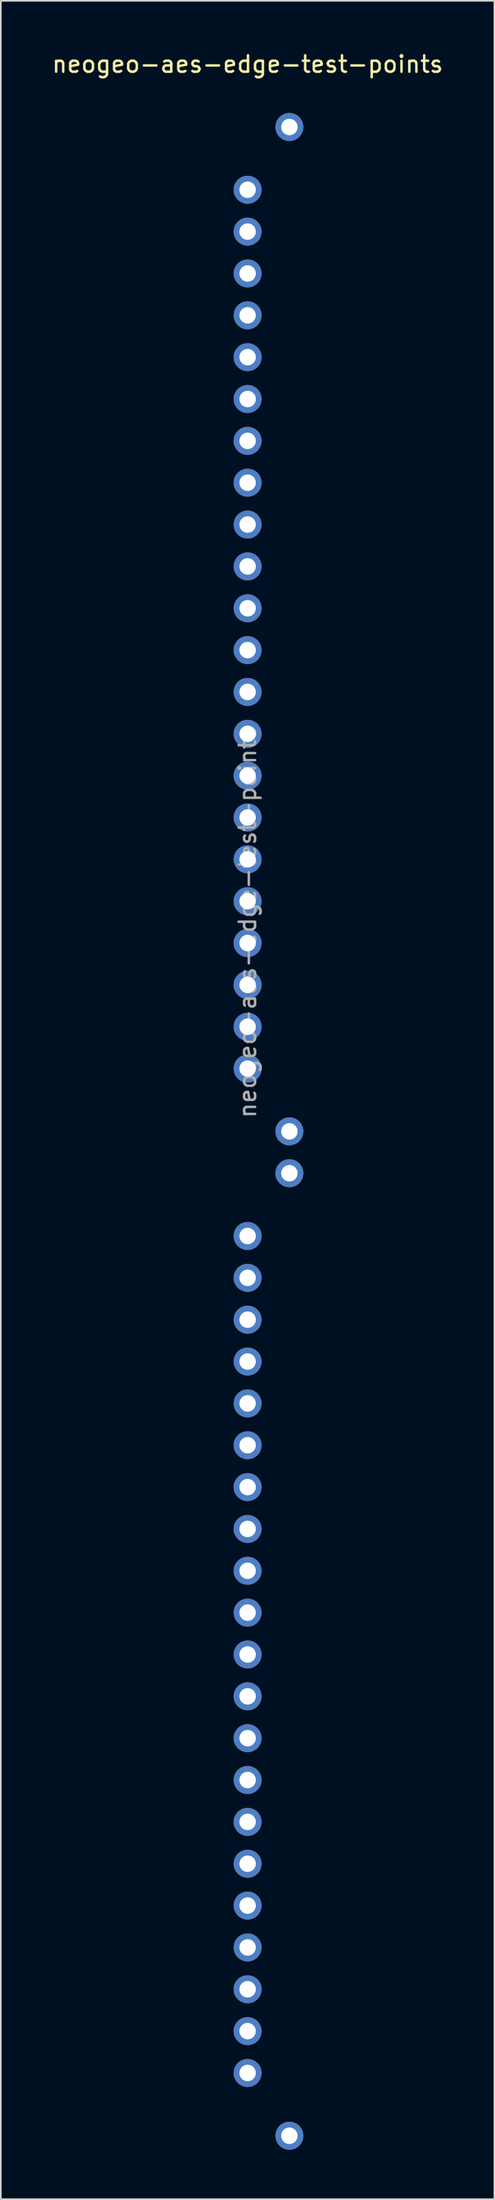
<source format=kicad_pcb>
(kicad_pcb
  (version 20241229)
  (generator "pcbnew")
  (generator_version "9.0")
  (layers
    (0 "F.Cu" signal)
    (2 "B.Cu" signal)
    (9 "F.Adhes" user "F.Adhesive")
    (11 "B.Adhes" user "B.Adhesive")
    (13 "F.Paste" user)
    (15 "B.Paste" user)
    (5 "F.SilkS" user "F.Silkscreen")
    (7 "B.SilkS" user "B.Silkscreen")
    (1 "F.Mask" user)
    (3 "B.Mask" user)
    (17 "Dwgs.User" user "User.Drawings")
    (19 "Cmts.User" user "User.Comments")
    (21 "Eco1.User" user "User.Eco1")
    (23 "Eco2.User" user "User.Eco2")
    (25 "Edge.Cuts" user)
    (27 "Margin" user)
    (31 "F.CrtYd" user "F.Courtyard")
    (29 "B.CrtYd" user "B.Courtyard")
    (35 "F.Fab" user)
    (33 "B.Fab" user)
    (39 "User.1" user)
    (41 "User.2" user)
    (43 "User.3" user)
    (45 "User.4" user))
  (footprint "neogeo-aes-edge-test-points"
    (layer "F.Cu")
    (at 12.006 3.388)
    (property "Reference" "neogeo-aes-edge-test-points" (at 0 -2.54 0) (layer "F.SilkS") (effects (font (size 1 1) (thickness 0.15))))
    (attr through_hole)
    (fp_text user "${REFERENCE}" (at 0 49.53 90) (layer "F.Fab") (effects (font (size 1 1) (thickness 0.15))))
    (pad "2" thru_hole oval (at 2.54 1.27) (size 1.7 1.7) (drill 1) (layers "*.Cu" "*.Mask"))
    (pad "3" thru_hole oval (at 0 5.08) (size 1.7 1.7) (drill 1) (layers "*.Cu" "*.Mask"))
    (pad "4" thru_hole oval (at 0 7.62) (size 1.7 1.7) (drill 1) (layers "*.Cu" "*.Mask"))
    (pad "5" thru_hole oval (at 0 10.16) (size 1.7 1.7) (drill 1) (layers "*.Cu" "*.Mask"))
    (pad "6" thru_hole oval (at 0 12.7) (size 1.7 1.7) (drill 1) (layers "*.Cu" "*.Mask"))
    (pad "7" thru_hole oval (at 0 15.24) (size 1.7 1.7) (drill 1) (layers "*.Cu" "*.Mask"))
    (pad "8" thru_hole oval (at 0 17.78) (size 1.7 1.7) (drill 1) (layers "*.Cu" "*.Mask"))
    (pad "9" thru_hole oval (at 0 20.32) (size 1.7 1.7) (drill 1) (layers "*.Cu" "*.Mask"))
    (pad "10" thru_hole oval (at 0 22.86) (size 1.7 1.7) (drill 1) (layers "*.Cu" "*.Mask"))
    (pad "11" thru_hole oval (at 0 25.4) (size 1.7 1.7) (drill 1) (layers "*.Cu" "*.Mask"))
    (pad "12" thru_hole oval (at 0 27.94) (size 1.7 1.7) (drill 1) (layers "*.Cu" "*.Mask"))
    (pad "13" thru_hole oval (at 0 30.48) (size 1.7 1.7) (drill 1) (layers "*.Cu" "*.Mask"))
    (pad "14" thru_hole oval (at 0 33.02) (size 1.7 1.7) (drill 1) (layers "*.Cu" "*.Mask"))
    (pad "15" thru_hole oval (at 0 35.56) (size 1.7 1.7) (drill 1) (layers "*.Cu" "*.Mask"))
    (pad "16" thru_hole oval (at 0 38.1) (size 1.7 1.7) (drill 1) (layers "*.Cu" "*.Mask"))
    (pad "17" thru_hole oval (at 0 40.64) (size 1.7 1.7) (drill 1) (layers "*.Cu" "*.Mask"))
    (pad "18" thru_hole oval (at 0 43.18) (size 1.7 1.7) (drill 1) (layers "*.Cu" "*.Mask"))
    (pad "19" thru_hole oval (at 0 45.72) (size 1.7 1.7) (drill 1) (layers "*.Cu" "*.Mask"))
    (pad "20" thru_hole oval (at 0 48.26) (size 1.7 1.7) (drill 1) (layers "*.Cu" "*.Mask"))
    (pad "21" thru_hole oval (at 0 50.8) (size 1.7 1.7) (drill 1) (layers "*.Cu" "*.Mask"))
    (pad "22" thru_hole oval (at 0 53.34) (size 1.7 1.7) (drill 1) (layers "*.Cu" "*.Mask"))
    (pad "23" thru_hole oval (at 0 55.88) (size 1.7 1.7) (drill 1) (layers "*.Cu" "*.Mask"))
    (pad "24" thru_hole oval (at 0 58.42) (size 1.7 1.7) (drill 1) (layers "*.Cu" "*.Mask"))
    (pad "25" thru_hole oval (at 2.54 62.23) (size 1.7 1.7) (drill 1) (layers "*.Cu" "*.Mask"))
    (pad "26" thru_hole oval (at 2.54 64.77) (size 1.7 1.7) (drill 1) (layers "*.Cu" "*.Mask"))
    (pad "28" thru_hole oval (at 0 68.58) (size 1.7 1.7) (drill 1) (layers "*.Cu" "*.Mask"))
    (pad "29" thru_hole oval (at 0 71.12) (size 1.7 1.7) (drill 1) (layers "*.Cu" "*.Mask"))
    (pad "30" thru_hole oval (at 0 73.66) (size 1.7 1.7) (drill 1) (layers "*.Cu" "*.Mask"))
    (pad "31" thru_hole oval (at 0 76.2) (size 1.7 1.7) (drill 1) (layers "*.Cu" "*.Mask"))
    (pad "32" thru_hole oval (at 0 78.74) (size 1.7 1.7) (drill 1) (layers "*.Cu" "*.Mask"))
    (pad "33" thru_hole oval (at 0 81.28) (size 1.7 1.7) (drill 1) (layers "*.Cu" "*.Mask"))
    (pad "34" thru_hole oval (at 0 83.82) (size 1.7 1.7) (drill 1) (layers "*.Cu" "*.Mask"))
    (pad "35" thru_hole oval (at 0 86.36) (size 1.7 1.7) (drill 1) (layers "*.Cu" "*.Mask"))
    (pad "36" thru_hole oval (at 0 88.9) (size 1.7 1.7) (drill 1) (layers "*.Cu" "*.Mask"))
    (pad "37" thru_hole oval (at 0 91.44) (size 1.7 1.7) (drill 1) (layers "*.Cu" "*.Mask"))
    (pad "38" thru_hole oval (at 0 93.98) (size 1.7 1.7) (drill 1) (layers "*.Cu" "*.Mask"))
    (pad "39" thru_hole oval (at 0 96.52) (size 1.7 1.7) (drill 1) (layers "*.Cu" "*.Mask"))
    (pad "40" thru_hole oval (at 0 99.06) (size 1.7 1.7) (drill 1) (layers "*.Cu" "*.Mask"))
    (pad "41" thru_hole oval (at 0 101.6) (size 1.7 1.7) (drill 1) (layers "*.Cu" "*.Mask"))
    (pad "42" thru_hole oval (at 0 104.14) (size 1.7 1.7) (drill 1) (layers "*.Cu" "*.Mask"))
    (pad "43" thru_hole oval (at 0 106.68) (size 1.7 1.7) (drill 1) (layers "*.Cu" "*.Mask"))
    (pad "44" thru_hole oval (at 0 109.22) (size 1.7 1.7) (drill 1) (layers "*.Cu" "*.Mask"))
    (pad "45" thru_hole oval (at 0 111.76) (size 1.7 1.7) (drill 1) (layers "*.Cu" "*.Mask"))
    (pad "46" thru_hole oval (at 0 114.3) (size 1.7 1.7) (drill 1) (layers "*.Cu" "*.Mask"))
    (pad "47" thru_hole oval (at 0 116.84) (size 1.7 1.7) (drill 1) (layers "*.Cu" "*.Mask"))
    (pad "48" thru_hole oval (at 0 119.38) (size 1.7 1.7) (drill 1) (layers "*.Cu" "*.Mask"))
    (pad "50" thru_hole oval (at 2.54 123.19) (size 1.7 1.7) (drill 1) (layers "*.Cu" "*.Mask")))
  (gr_rect
    (start -3 -3)
    (end 27.012 130.428)
    (stroke (width 0.1) (type default))
    (fill no)
    (layer "Edge.Cuts")))
</source>
